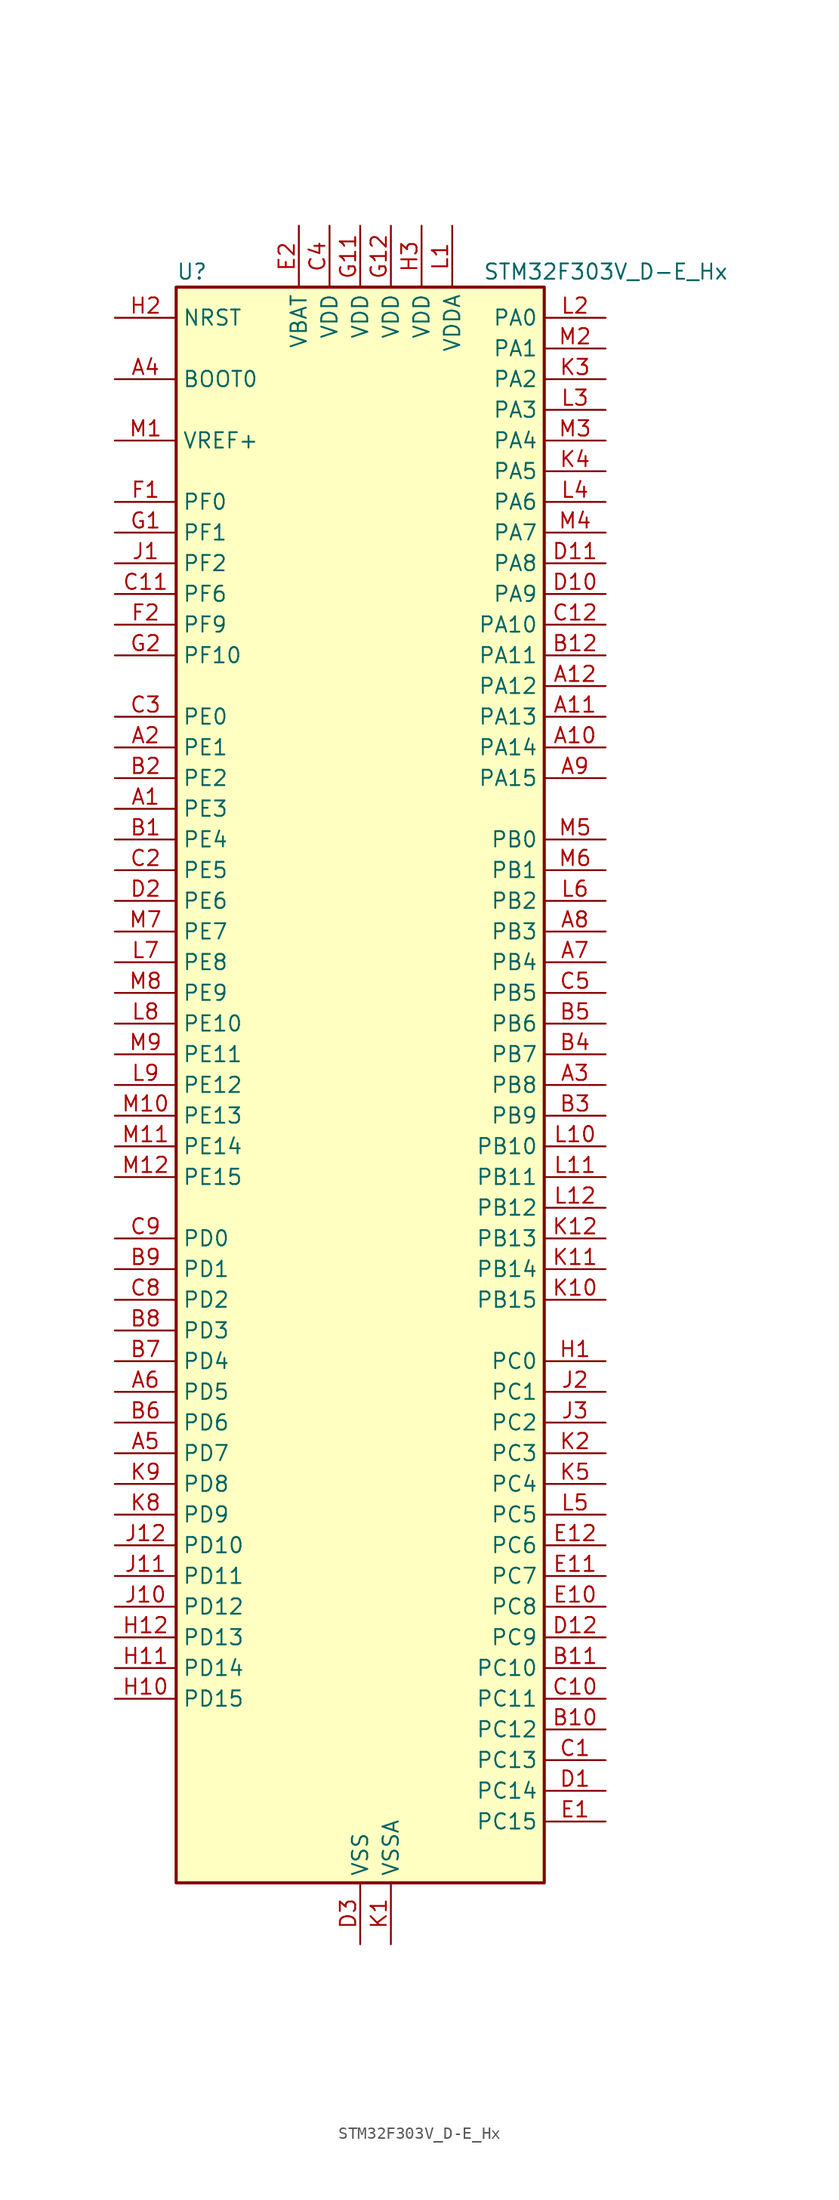
<source format=kicad_sym>
(kicad_symbol_lib
  (version 20231120)
  (generator "kicad_symbol_editor")
  (generator_version "8.0")
  (symbol "STM32F303V_D-E_Hx"
    (property "Reference" "U"
      (at -15.24 67.31 0)
      (effects (font (size 1.27 1.27)) (justify left)))
    (property "Value" "STM32F303V_D-E_Hx"
      (at 10.16 67.31 0)
      (effects (font (size 1.27 1.27)) (justify left)))
    (property "ki_locked" ""
      (at 0 0 0)
      (effects (font (size 1.27 1.27))))
    (symbol "STM32F303V_D-E_Hx_0_1"
      (rectangle (start -15.24 -66.04) (end 15.24 66.04) (stroke (width 0.254) (type default)) (fill (type background))))
    (symbol "STM32F303V_D-E_Hx_1_1"
      (pin bidirectional line (at -20.32 22.86 0) (length 5.08) (name "PE3" (effects (font (size 1.27 1.27)))) (number "A1" (effects (font (size 1.27 1.27)))) (alternate "FMC_A19" bidirectional line) (alternate "SPI4_NSS" bidirectional line) (alternate "SYS_TRACED0" bidirectional line) (alternate "TIM20_CH2" bidirectional line) (alternate "TIM3_CH2" bidirectional line) (alternate "TSC_G7_IO2" bidirectional line))
      (pin bidirectional line (at 20.32 27.94 180) (length 5.08) (name "PA14" (effects (font (size 1.27 1.27)))) (number "A10" (effects (font (size 1.27 1.27)))) (alternate "I2C1_SDA" bidirectional line) (alternate "SYS_JTCK-SWCLK" bidirectional line) (alternate "TIM1_BKIN" bidirectional line) (alternate "TIM8_CH2" bidirectional line) (alternate "TSC_G4_IO4" bidirectional line) (alternate "USART2_TX" bidirectional line))
      (pin bidirectional line (at 20.32 30.48 180) (length 5.08) (name "PA13" (effects (font (size 1.27 1.27)))) (number "A11" (effects (font (size 1.27 1.27)))) (alternate "IR_OUT" bidirectional line) (alternate "SYS_JTMS-SWDIO" bidirectional line) (alternate "TIM16_CH1N" bidirectional line) (alternate "TIM4_CH3" bidirectional line) (alternate "TSC_G4_IO3" bidirectional line) (alternate "USART3_CTS" bidirectional line))
      (pin bidirectional line (at 20.32 33.02 180) (length 5.08) (name "PA12" (effects (font (size 1.27 1.27)))) (number "A12" (effects (font (size 1.27 1.27)))) (alternate "CAN_TX" bidirectional line) (alternate "COMP2_OUT" bidirectional line) (alternate "I2S_CKIN" bidirectional line) (alternate "TIM16_CH1" bidirectional line) (alternate "TIM1_CH2N" bidirectional line) (alternate "TIM1_ETR" bidirectional line) (alternate "TIM4_CH2" bidirectional line) (alternate "USART1_DE" bidirectional line) (alternate "USART1_RTS" bidirectional line) (alternate "USB_DP" bidirectional line))
      (pin bidirectional line (at -20.32 27.94 0) (length 5.08) (name "PE1" (effects (font (size 1.27 1.27)))) (number "A2" (effects (font (size 1.27 1.27)))) (alternate "FMC_NBL1" bidirectional line) (alternate "TIM17_CH1" bidirectional line) (alternate "TIM20_CH4" bidirectional line) (alternate "USART1_RX" bidirectional line))
      (pin bidirectional line (at 20.32 0 180) (length 5.08) (name "PB8" (effects (font (size 1.27 1.27)))) (number "A3" (effects (font (size 1.27 1.27)))) (alternate "CAN_RX" bidirectional line) (alternate "COMP1_OUT" bidirectional line) (alternate "I2C1_SCL" bidirectional line) (alternate "TIM16_CH1" bidirectional line) (alternate "TIM1_BKIN" bidirectional line) (alternate "TIM4_CH3" bidirectional line) (alternate "TIM8_CH2" bidirectional line) (alternate "TSC_SYNC" bidirectional line) (alternate "USART3_RX" bidirectional line))
      (pin input line (at -20.32 58.42 0) (length 5.08) (name "BOOT0" (effects (font (size 1.27 1.27)))) (number "A4" (effects (font (size 1.27 1.27)))))
      (pin bidirectional line (at -20.32 -30.48 0) (length 5.08) (name "PD7" (effects (font (size 1.27 1.27)))) (number "A5" (effects (font (size 1.27 1.27)))) (alternate "FMC_NCE2" bidirectional line) (alternate "FMC_NE1" bidirectional line) (alternate "TIM2_CH3" bidirectional line) (alternate "USART2_CK" bidirectional line))
      (pin bidirectional line (at -20.32 -25.4 0) (length 5.08) (name "PD5" (effects (font (size 1.27 1.27)))) (number "A6" (effects (font (size 1.27 1.27)))) (alternate "FMC_NWE" bidirectional line) (alternate "USART2_TX" bidirectional line))
      (pin bidirectional line (at 20.32 10.16 180) (length 5.08) (name "PB4" (effects (font (size 1.27 1.27)))) (number "A7" (effects (font (size 1.27 1.27)))) (alternate "I2S3_ext_SD" bidirectional line) (alternate "SPI1_MISO" bidirectional line) (alternate "SPI3_MISO" bidirectional line) (alternate "SYS_NJTRST" bidirectional line) (alternate "TIM16_CH1" bidirectional line) (alternate "TIM17_BKIN" bidirectional line) (alternate "TIM3_CH1" bidirectional line) (alternate "TIM8_CH2N" bidirectional line) (alternate "TSC_G5_IO2" bidirectional line) (alternate "USART2_RX" bidirectional line))
      (pin bidirectional line (at 20.32 12.7 180) (length 5.08) (name "PB3" (effects (font (size 1.27 1.27)))) (number "A8" (effects (font (size 1.27 1.27)))) (alternate "I2S3_CK" bidirectional line) (alternate "SPI1_SCK" bidirectional line) (alternate "SPI3_SCK" bidirectional line) (alternate "SYS_JTDO-TRACESWO" bidirectional line) (alternate "TIM2_CH2" bidirectional line) (alternate "TIM3_ETR" bidirectional line) (alternate "TIM4_ETR" bidirectional line) (alternate "TIM8_CH1N" bidirectional line) (alternate "TSC_G5_IO1" bidirectional line) (alternate "USART2_TX" bidirectional line))
      (pin bidirectional line (at 20.32 25.4 180) (length 5.08) (name "PA15" (effects (font (size 1.27 1.27)))) (number "A9" (effects (font (size 1.27 1.27)))) (alternate "ADC1_EXTI15" bidirectional line) (alternate "ADC2_EXTI15" bidirectional line) (alternate "ADC3_EXTI15" bidirectional line) (alternate "ADC4_EXTI15" bidirectional line) (alternate "I2C1_SCL" bidirectional line) (alternate "I2S3_WS" bidirectional line) (alternate "SPI1_NSS" bidirectional line) (alternate "SPI3_NSS" bidirectional line) (alternate "SYS_JTDI" bidirectional line) (alternate "TIM1_BKIN" bidirectional line) (alternate "TIM2_CH1" bidirectional line) (alternate "TIM2_ETR" bidirectional line) (alternate "TIM8_CH1" bidirectional line) (alternate "TSC_SYNC" bidirectional line) (alternate "USART2_RX" bidirectional line))
      (pin bidirectional line (at -20.32 20.32 0) (length 5.08) (name "PE4" (effects (font (size 1.27 1.27)))) (number "B1" (effects (font (size 1.27 1.27)))) (alternate "FMC_A20" bidirectional line) (alternate "SPI4_NSS" bidirectional line) (alternate "SYS_TRACED1" bidirectional line) (alternate "TIM20_CH1N" bidirectional line) (alternate "TIM3_CH3" bidirectional line) (alternate "TSC_G7_IO3" bidirectional line))
      (pin bidirectional line (at 20.32 -53.34 180) (length 5.08) (name "PC12" (effects (font (size 1.27 1.27)))) (number "B10" (effects (font (size 1.27 1.27)))) (alternate "I2S3_SD" bidirectional line) (alternate "SPI3_MOSI" bidirectional line) (alternate "TIM8_CH3N" bidirectional line) (alternate "UART5_TX" bidirectional line) (alternate "USART3_CK" bidirectional line))
      (pin bidirectional line (at 20.32 -48.26 180) (length 5.08) (name "PC10" (effects (font (size 1.27 1.27)))) (number "B11" (effects (font (size 1.27 1.27)))) (alternate "I2S3_CK" bidirectional line) (alternate "SPI3_SCK" bidirectional line) (alternate "TIM8_CH1N" bidirectional line) (alternate "UART4_TX" bidirectional line) (alternate "USART3_TX" bidirectional line))
      (pin bidirectional line (at 20.32 35.56 180) (length 5.08) (name "PA11" (effects (font (size 1.27 1.27)))) (number "B12" (effects (font (size 1.27 1.27)))) (alternate "ADC1_EXTI11" bidirectional line) (alternate "ADC2_EXTI11" bidirectional line) (alternate "CAN_RX" bidirectional line) (alternate "COMP1_OUT" bidirectional line) (alternate "I2S2_SD" bidirectional line) (alternate "SPI2_MOSI" bidirectional line) (alternate "TIM1_BKIN2" bidirectional line) (alternate "TIM1_CH1N" bidirectional line) (alternate "TIM1_CH4" bidirectional line) (alternate "TIM4_CH1" bidirectional line) (alternate "USART1_CTS" bidirectional line) (alternate "USB_DM" bidirectional line))
      (pin bidirectional line (at -20.32 25.4 0) (length 5.08) (name "PE2" (effects (font (size 1.27 1.27)))) (number "B2" (effects (font (size 1.27 1.27)))) (alternate "ADC3_EXTI2" bidirectional line) (alternate "ADC4_EXTI2" bidirectional line) (alternate "FMC_A23" bidirectional line) (alternate "SPI4_SCK" bidirectional line) (alternate "SYS_TRACECK" bidirectional line) (alternate "TIM20_CH1" bidirectional line) (alternate "TIM3_CH1" bidirectional line) (alternate "TSC_G7_IO1" bidirectional line))
      (pin bidirectional line (at 20.32 -2.54 180) (length 5.08) (name "PB9" (effects (font (size 1.27 1.27)))) (number "B3" (effects (font (size 1.27 1.27)))) (alternate "CAN_TX" bidirectional line) (alternate "COMP2_OUT" bidirectional line) (alternate "DAC1_EXTI9" bidirectional line) (alternate "I2C1_SDA" bidirectional line) (alternate "IR_OUT" bidirectional line) (alternate "TIM17_CH1" bidirectional line) (alternate "TIM4_CH4" bidirectional line) (alternate "TIM8_CH3" bidirectional line) (alternate "USART3_TX" bidirectional line))
      (pin bidirectional line (at 20.32 2.54 180) (length 5.08) (name "PB7" (effects (font (size 1.27 1.27)))) (number "B4" (effects (font (size 1.27 1.27)))) (alternate "FMC_NL" bidirectional line) (alternate "I2C1_SDA" bidirectional line) (alternate "TIM17_CH1N" bidirectional line) (alternate "TIM3_CH4" bidirectional line) (alternate "TIM4_CH2" bidirectional line) (alternate "TIM8_BKIN" bidirectional line) (alternate "TSC_G5_IO4" bidirectional line) (alternate "USART1_RX" bidirectional line))
      (pin bidirectional line (at 20.32 5.08 180) (length 5.08) (name "PB6" (effects (font (size 1.27 1.27)))) (number "B5" (effects (font (size 1.27 1.27)))) (alternate "I2C1_SCL" bidirectional line) (alternate "TIM16_CH1N" bidirectional line) (alternate "TIM4_CH1" bidirectional line) (alternate "TIM8_BKIN2" bidirectional line) (alternate "TIM8_CH1" bidirectional line) (alternate "TIM8_ETR" bidirectional line) (alternate "TSC_G5_IO3" bidirectional line) (alternate "USART1_TX" bidirectional line))
      (pin bidirectional line (at -20.32 -27.94 0) (length 5.08) (name "PD6" (effects (font (size 1.27 1.27)))) (number "B6" (effects (font (size 1.27 1.27)))) (alternate "FMC_NWAIT" bidirectional line) (alternate "TIM2_CH4" bidirectional line) (alternate "USART2_RX" bidirectional line))
      (pin bidirectional line (at -20.32 -22.86 0) (length 5.08) (name "PD4" (effects (font (size 1.27 1.27)))) (number "B7" (effects (font (size 1.27 1.27)))) (alternate "FMC_NOE" bidirectional line) (alternate "TIM2_CH2" bidirectional line) (alternate "USART2_DE" bidirectional line) (alternate "USART2_RTS" bidirectional line))
      (pin bidirectional line (at -20.32 -20.32 0) (length 5.08) (name "PD3" (effects (font (size 1.27 1.27)))) (number "B8" (effects (font (size 1.27 1.27)))) (alternate "FMC_CLK" bidirectional line) (alternate "TIM2_CH1" bidirectional line) (alternate "TIM2_ETR" bidirectional line) (alternate "USART2_CTS" bidirectional line))
      (pin bidirectional line (at -20.32 -15.24 0) (length 5.08) (name "PD1" (effects (font (size 1.27 1.27)))) (number "B9" (effects (font (size 1.27 1.27)))) (alternate "CAN_TX" bidirectional line) (alternate "FMC_D3" bidirectional line) (alternate "FMC_DA3" bidirectional line) (alternate "TIM8_BKIN2" bidirectional line) (alternate "TIM8_CH4" bidirectional line))
      (pin bidirectional line (at 20.32 -55.88 180) (length 5.08) (name "PC13" (effects (font (size 1.27 1.27)))) (number "C1" (effects (font (size 1.27 1.27)))) (alternate "RTC_OUT_ALARM" bidirectional line) (alternate "RTC_OUT_CALIB" bidirectional line) (alternate "RTC_TAMP1" bidirectional line) (alternate "RTC_TS" bidirectional line) (alternate "SYS_WKUP2" bidirectional line) (alternate "TIM1_CH1N" bidirectional line))
      (pin bidirectional line (at 20.32 -50.8 180) (length 5.08) (name "PC11" (effects (font (size 1.27 1.27)))) (number "C10" (effects (font (size 1.27 1.27)))) (alternate "ADC1_EXTI11" bidirectional line) (alternate "ADC2_EXTI11" bidirectional line) (alternate "I2S3_ext_SD" bidirectional line) (alternate "SPI3_MISO" bidirectional line) (alternate "TIM8_CH2N" bidirectional line) (alternate "UART4_RX" bidirectional line) (alternate "USART3_RX" bidirectional line))
      (pin bidirectional line (at -20.32 40.64 0) (length 5.08) (name "PF6" (effects (font (size 1.27 1.27)))) (number "C11" (effects (font (size 1.27 1.27)))) (alternate "FMC_NIORD" bidirectional line) (alternate "I2C2_SCL" bidirectional line) (alternate "TIM4_CH4" bidirectional line) (alternate "USART3_DE" bidirectional line) (alternate "USART3_RTS" bidirectional line))
      (pin bidirectional line (at 20.32 38.1 180) (length 5.08) (name "PA10" (effects (font (size 1.27 1.27)))) (number "C12" (effects (font (size 1.27 1.27)))) (alternate "COMP6_OUT" bidirectional line) (alternate "I2C2_SDA" bidirectional line) (alternate "I2S2_ext_SD" bidirectional line) (alternate "SPI2_MISO" bidirectional line) (alternate "TIM17_BKIN" bidirectional line) (alternate "TIM1_CH3" bidirectional line) (alternate "TIM2_CH4" bidirectional line) (alternate "TIM8_BKIN" bidirectional line) (alternate "TSC_G4_IO2" bidirectional line) (alternate "USART1_RX" bidirectional line))
      (pin bidirectional line (at -20.32 17.78 0) (length 5.08) (name "PE5" (effects (font (size 1.27 1.27)))) (number "C2" (effects (font (size 1.27 1.27)))) (alternate "FMC_A21" bidirectional line) (alternate "SPI4_MISO" bidirectional line) (alternate "SYS_TRACED2" bidirectional line) (alternate "TIM20_CH2N" bidirectional line) (alternate "TIM3_CH4" bidirectional line) (alternate "TSC_G7_IO4" bidirectional line))
      (pin bidirectional line (at -20.32 30.48 0) (length 5.08) (name "PE0" (effects (font (size 1.27 1.27)))) (number "C3" (effects (font (size 1.27 1.27)))) (alternate "FMC_NBL0" bidirectional line) (alternate "TIM16_CH1" bidirectional line) (alternate "TIM20_ETR" bidirectional line) (alternate "TIM4_ETR" bidirectional line) (alternate "USART1_TX" bidirectional line))
      (pin power_in line (at -2.54 71.12 270) (length 5.08) (name "VDD" (effects (font (size 1.27 1.27)))) (number "C4" (effects (font (size 1.27 1.27)))))
      (pin bidirectional line (at 20.32 7.62 180) (length 5.08) (name "PB5" (effects (font (size 1.27 1.27)))) (number "C5" (effects (font (size 1.27 1.27)))) (alternate "I2C1_SMBA" bidirectional line) (alternate "I2C3_SDA" bidirectional line) (alternate "I2S3_SD" bidirectional line) (alternate "SPI1_MOSI" bidirectional line) (alternate "SPI3_MOSI" bidirectional line) (alternate "TIM16_BKIN" bidirectional line) (alternate "TIM17_CH1" bidirectional line) (alternate "TIM3_CH2" bidirectional line) (alternate "TIM8_CH3N" bidirectional line) (alternate "USART2_CK" bidirectional line))
      (pin bidirectional line (at -20.32 -17.78 0) (length 5.08) (name "PD2" (effects (font (size 1.27 1.27)))) (number "C8" (effects (font (size 1.27 1.27)))) (alternate "ADC3_EXTI2" bidirectional line) (alternate "ADC4_EXTI2" bidirectional line) (alternate "TIM3_ETR" bidirectional line) (alternate "TIM8_BKIN" bidirectional line) (alternate "UART5_RX" bidirectional line))
      (pin bidirectional line (at -20.32 -12.7 0) (length 5.08) (name "PD0" (effects (font (size 1.27 1.27)))) (number "C9" (effects (font (size 1.27 1.27)))) (alternate "CAN_RX" bidirectional line) (alternate "FMC_D2" bidirectional line) (alternate "FMC_DA2" bidirectional line))
      (pin bidirectional line (at 20.32 -58.42 180) (length 5.08) (name "PC14" (effects (font (size 1.27 1.27)))) (number "D1" (effects (font (size 1.27 1.27)))) (alternate "RCC_OSC32_IN" bidirectional line))
      (pin bidirectional line (at 20.32 40.64 180) (length 5.08) (name "PA9" (effects (font (size 1.27 1.27)))) (number "D10" (effects (font (size 1.27 1.27)))) (alternate "COMP5_OUT" bidirectional line) (alternate "DAC1_EXTI9" bidirectional line) (alternate "I2C2_SCL" bidirectional line) (alternate "I2C3_SMBA" bidirectional line) (alternate "I2S3_MCK" bidirectional line) (alternate "TIM15_BKIN" bidirectional line) (alternate "TIM1_CH2" bidirectional line) (alternate "TIM2_CH3" bidirectional line) (alternate "TSC_G4_IO1" bidirectional line) (alternate "USART1_TX" bidirectional line))
      (pin bidirectional line (at 20.32 43.18 180) (length 5.08) (name "PA8" (effects (font (size 1.27 1.27)))) (number "D11" (effects (font (size 1.27 1.27)))) (alternate "COMP3_OUT" bidirectional line) (alternate "I2C2_SMBA" bidirectional line) (alternate "I2C3_SCL" bidirectional line) (alternate "I2S2_MCK" bidirectional line) (alternate "RCC_MCO" bidirectional line) (alternate "TIM1_CH1" bidirectional line) (alternate "TIM4_ETR" bidirectional line) (alternate "USART1_CK" bidirectional line))
      (pin bidirectional line (at 20.32 -45.72 180) (length 5.08) (name "PC9" (effects (font (size 1.27 1.27)))) (number "D12" (effects (font (size 1.27 1.27)))) (alternate "DAC1_EXTI9" bidirectional line) (alternate "I2C3_SDA" bidirectional line) (alternate "I2S_CKIN" bidirectional line) (alternate "TIM3_CH4" bidirectional line) (alternate "TIM8_BKIN2" bidirectional line) (alternate "TIM8_CH4" bidirectional line))
      (pin bidirectional line (at -20.32 15.24 0) (length 5.08) (name "PE6" (effects (font (size 1.27 1.27)))) (number "D2" (effects (font (size 1.27 1.27)))) (alternate "FMC_A22" bidirectional line) (alternate "RTC_TAMP3" bidirectional line) (alternate "SPI4_MOSI" bidirectional line) (alternate "SYS_TRACED3" bidirectional line) (alternate "SYS_WKUP3" bidirectional line) (alternate "TIM20_CH3N" bidirectional line))
      (pin power_in line (at 0 -71.12 90) (length 5.08) (name "VSS" (effects (font (size 1.27 1.27)))) (number "D3" (effects (font (size 1.27 1.27)))))
      (pin bidirectional line (at 20.32 -60.96 180) (length 5.08) (name "PC15" (effects (font (size 1.27 1.27)))) (number "E1" (effects (font (size 1.27 1.27)))) (alternate "ADC1_EXTI15" bidirectional line) (alternate "ADC2_EXTI15" bidirectional line) (alternate "ADC3_EXTI15" bidirectional line) (alternate "ADC4_EXTI15" bidirectional line) (alternate "RCC_OSC32_OUT" bidirectional line))
      (pin bidirectional line (at 20.32 -43.18 180) (length 5.08) (name "PC8" (effects (font (size 1.27 1.27)))) (number "E10" (effects (font (size 1.27 1.27)))) (alternate "COMP3_OUT" bidirectional line) (alternate "TIM3_CH3" bidirectional line) (alternate "TIM8_CH3" bidirectional line))
      (pin bidirectional line (at 20.32 -40.64 180) (length 5.08) (name "PC7" (effects (font (size 1.27 1.27)))) (number "E11" (effects (font (size 1.27 1.27)))) (alternate "COMP5_OUT" bidirectional line) (alternate "I2S3_MCK" bidirectional line) (alternate "TIM3_CH2" bidirectional line) (alternate "TIM8_CH2" bidirectional line))
      (pin bidirectional line (at 20.32 -38.1 180) (length 5.08) (name "PC6" (effects (font (size 1.27 1.27)))) (number "E12" (effects (font (size 1.27 1.27)))) (alternate "COMP6_OUT" bidirectional line) (alternate "I2S2_MCK" bidirectional line) (alternate "TIM3_CH1" bidirectional line) (alternate "TIM8_CH1" bidirectional line))
      (pin power_in line (at -5.08 71.12 270) (length 5.08) (name "VBAT" (effects (font (size 1.27 1.27)))) (number "E2" (effects (font (size 1.27 1.27)))))
      (pin passive line (at 0 -71.12 90) (length 5.08) hide (name "VSS" (effects (font (size 1.27 1.27)))) (number "E3" (effects (font (size 1.27 1.27)))))
      (pin bidirectional line (at -20.32 48.26 0) (length 5.08) (name "PF0" (effects (font (size 1.27 1.27)))) (number "F1" (effects (font (size 1.27 1.27)))) (alternate "I2C2_SDA" bidirectional line) (alternate "I2S2_WS" bidirectional line) (alternate "RCC_OSC_IN" bidirectional line) (alternate "SPI2_NSS" bidirectional line) (alternate "TIM1_CH3N" bidirectional line))
      (pin passive line (at 0 -71.12 90) (length 5.08) hide (name "VSS" (effects (font (size 1.27 1.27)))) (number "F11" (effects (font (size 1.27 1.27)))))
      (pin passive line (at 0 -71.12 90) (length 5.08) hide (name "VSS" (effects (font (size 1.27 1.27)))) (number "F12" (effects (font (size 1.27 1.27)))))
      (pin bidirectional line (at -20.32 38.1 0) (length 5.08) (name "PF9" (effects (font (size 1.27 1.27)))) (number "F2" (effects (font (size 1.27 1.27)))) (alternate "DAC1_EXTI9" bidirectional line) (alternate "FMC_CD" bidirectional line) (alternate "SPI2_SCK" bidirectional line) (alternate "TIM15_CH1" bidirectional line) (alternate "TIM20_BKIN" bidirectional line))
      (pin bidirectional line (at -20.32 45.72 0) (length 5.08) (name "PF1" (effects (font (size 1.27 1.27)))) (number "G1" (effects (font (size 1.27 1.27)))) (alternate "I2C2_SCL" bidirectional line) (alternate "I2S2_CK" bidirectional line) (alternate "RCC_OSC_OUT" bidirectional line) (alternate "SPI2_SCK" bidirectional line))
      (pin power_in line (at 0 71.12 270) (length 5.08) (name "VDD" (effects (font (size 1.27 1.27)))) (number "G11" (effects (font (size 1.27 1.27)))))
      (pin power_in line (at 2.54 71.12 270) (length 5.08) (name "VDD" (effects (font (size 1.27 1.27)))) (number "G12" (effects (font (size 1.27 1.27)))))
      (pin bidirectional line (at -20.32 35.56 0) (length 5.08) (name "PF10" (effects (font (size 1.27 1.27)))) (number "G2" (effects (font (size 1.27 1.27)))) (alternate "FMC_INTR" bidirectional line) (alternate "SPI2_SCK" bidirectional line) (alternate "TIM15_CH2" bidirectional line) (alternate "TIM20_BKIN2" bidirectional line))
      (pin bidirectional line (at 20.32 -22.86 180) (length 5.08) (name "PC0" (effects (font (size 1.27 1.27)))) (number "H1" (effects (font (size 1.27 1.27)))) (alternate "ADC1_IN6" bidirectional line) (alternate "ADC2_IN6" bidirectional line) (alternate "COMP7_INM" bidirectional line) (alternate "TIM1_CH1" bidirectional line))
      (pin bidirectional line (at -20.32 -50.8 0) (length 5.08) (name "PD15" (effects (font (size 1.27 1.27)))) (number "H10" (effects (font (size 1.27 1.27)))) (alternate "ADC1_EXTI15" bidirectional line) (alternate "ADC2_EXTI15" bidirectional line) (alternate "ADC3_EXTI15" bidirectional line) (alternate "ADC4_EXTI15" bidirectional line) (alternate "COMP3_INM" bidirectional line) (alternate "FMC_D1" bidirectional line) (alternate "FMC_DA1" bidirectional line) (alternate "SPI2_NSS" bidirectional line) (alternate "TIM4_CH4" bidirectional line) (alternate "TSC_G8_IO4" bidirectional line))
      (pin bidirectional line (at -20.32 -48.26 0) (length 5.08) (name "PD14" (effects (font (size 1.27 1.27)))) (number "H11" (effects (font (size 1.27 1.27)))) (alternate "ADC3_IN11" bidirectional line) (alternate "ADC4_IN11" bidirectional line) (alternate "FMC_D0" bidirectional line) (alternate "FMC_DA0" bidirectional line) (alternate "OPAMP2_VINP" bidirectional line) (alternate "OPAMP2_VINP_SEC" bidirectional line) (alternate "TIM4_CH3" bidirectional line) (alternate "TSC_G8_IO3" bidirectional line))
      (pin bidirectional line (at -20.32 -45.72 0) (length 5.08) (name "PD13" (effects (font (size 1.27 1.27)))) (number "H12" (effects (font (size 1.27 1.27)))) (alternate "ADC3_IN10" bidirectional line) (alternate "ADC4_IN10" bidirectional line) (alternate "COMP5_INM" bidirectional line) (alternate "FMC_A18" bidirectional line) (alternate "TIM4_CH2" bidirectional line) (alternate "TSC_G8_IO2" bidirectional line))
      (pin input line (at -20.32 63.5 0) (length 5.08) (name "NRST" (effects (font (size 1.27 1.27)))) (number "H2" (effects (font (size 1.27 1.27)))))
      (pin power_in line (at 5.08 71.12 270) (length 5.08) (name "VDD" (effects (font (size 1.27 1.27)))) (number "H3" (effects (font (size 1.27 1.27)))))
      (pin bidirectional line (at -20.32 43.18 0) (length 5.08) (name "PF2" (effects (font (size 1.27 1.27)))) (number "J1" (effects (font (size 1.27 1.27)))) (alternate "ADC1_IN10" bidirectional line) (alternate "ADC2_IN10" bidirectional line) (alternate "ADC3_EXTI2" bidirectional line) (alternate "ADC4_EXTI2" bidirectional line) (alternate "FMC_A2" bidirectional line) (alternate "TIM20_CH3" bidirectional line))
      (pin bidirectional line (at -20.32 -43.18 0) (length 5.08) (name "PD12" (effects (font (size 1.27 1.27)))) (number "J10" (effects (font (size 1.27 1.27)))) (alternate "ADC3_IN9" bidirectional line) (alternate "ADC4_IN9" bidirectional line) (alternate "FMC_A17" bidirectional line) (alternate "FMC_ALE" bidirectional line) (alternate "TIM4_CH1" bidirectional line) (alternate "TSC_G8_IO1" bidirectional line) (alternate "USART3_DE" bidirectional line) (alternate "USART3_RTS" bidirectional line))
      (pin bidirectional line (at -20.32 -40.64 0) (length 5.08) (name "PD11" (effects (font (size 1.27 1.27)))) (number "J11" (effects (font (size 1.27 1.27)))) (alternate "ADC1_EXTI11" bidirectional line) (alternate "ADC2_EXTI11" bidirectional line) (alternate "ADC3_IN8" bidirectional line) (alternate "ADC4_IN8" bidirectional line) (alternate "FMC_A16" bidirectional line) (alternate "FMC_CLE" bidirectional line) (alternate "OPAMP4_VINP" bidirectional line) (alternate "OPAMP4_VINP_SEC" bidirectional line) (alternate "USART3_CTS" bidirectional line))
      (pin bidirectional line (at -20.32 -38.1 0) (length 5.08) (name "PD10" (effects (font (size 1.27 1.27)))) (number "J12" (effects (font (size 1.27 1.27)))) (alternate "ADC3_IN7" bidirectional line) (alternate "ADC4_IN7" bidirectional line) (alternate "COMP6_INM" bidirectional line) (alternate "FMC_D15" bidirectional line) (alternate "FMC_DA15" bidirectional line) (alternate "USART3_CK" bidirectional line))
      (pin bidirectional line (at 20.32 -25.4 180) (length 5.08) (name "PC1" (effects (font (size 1.27 1.27)))) (number "J2" (effects (font (size 1.27 1.27)))) (alternate "ADC1_IN7" bidirectional line) (alternate "ADC2_IN7" bidirectional line) (alternate "COMP7_INP" bidirectional line) (alternate "TIM1_CH2" bidirectional line))
      (pin bidirectional line (at 20.32 -27.94 180) (length 5.08) (name "PC2" (effects (font (size 1.27 1.27)))) (number "J3" (effects (font (size 1.27 1.27)))) (alternate "ADC1_IN8" bidirectional line) (alternate "ADC2_IN8" bidirectional line) (alternate "ADC3_EXTI2" bidirectional line) (alternate "ADC4_EXTI2" bidirectional line) (alternate "COMP7_OUT" bidirectional line) (alternate "TIM1_CH3" bidirectional line))
      (pin power_in line (at 2.54 -71.12 90) (length 5.08) (name "VSSA" (effects (font (size 1.27 1.27)))) (number "K1" (effects (font (size 1.27 1.27)))))
      (pin bidirectional line (at 20.32 -17.78 180) (length 5.08) (name "PB15" (effects (font (size 1.27 1.27)))) (number "K10" (effects (font (size 1.27 1.27)))) (alternate "ADC1_EXTI15" bidirectional line) (alternate "ADC2_EXTI15" bidirectional line) (alternate "ADC3_EXTI15" bidirectional line) (alternate "ADC4_EXTI15" bidirectional line) (alternate "ADC4_IN5" bidirectional line) (alternate "COMP6_INM" bidirectional line) (alternate "I2S2_SD" bidirectional line) (alternate "RTC_REFIN" bidirectional line) (alternate "SPI2_MOSI" bidirectional line) (alternate "TIM15_CH1N" bidirectional line) (alternate "TIM15_CH2" bidirectional line) (alternate "TIM1_CH3N" bidirectional line))
      (pin bidirectional line (at 20.32 -15.24 180) (length 5.08) (name "PB14" (effects (font (size 1.27 1.27)))) (number "K11" (effects (font (size 1.27 1.27)))) (alternate "ADC4_IN4" bidirectional line) (alternate "COMP3_INP" bidirectional line) (alternate "I2S2_ext_SD" bidirectional line) (alternate "OPAMP2_VINP" bidirectional line) (alternate "OPAMP2_VINP_SEC" bidirectional line) (alternate "SPI2_MISO" bidirectional line) (alternate "TIM15_CH1" bidirectional line) (alternate "TIM1_CH2N" bidirectional line) (alternate "TSC_G6_IO4" bidirectional line) (alternate "USART3_DE" bidirectional line) (alternate "USART3_RTS" bidirectional line))
      (pin bidirectional line (at 20.32 -12.7 180) (length 5.08) (name "PB13" (effects (font (size 1.27 1.27)))) (number "K12" (effects (font (size 1.27 1.27)))) (alternate "ADC3_IN5" bidirectional line) (alternate "COMP5_INP" bidirectional line) (alternate "I2S2_CK" bidirectional line) (alternate "OPAMP3_VINP" bidirectional line) (alternate "OPAMP3_VINP_SEC" bidirectional line) (alternate "OPAMP4_VINP" bidirectional line) (alternate "OPAMP4_VINP_SEC" bidirectional line) (alternate "SPI2_SCK" bidirectional line) (alternate "TIM1_CH1N" bidirectional line) (alternate "TSC_G6_IO3" bidirectional line) (alternate "USART3_CTS" bidirectional line))
      (pin bidirectional line (at 20.32 -30.48 180) (length 5.08) (name "PC3" (effects (font (size 1.27 1.27)))) (number "K2" (effects (font (size 1.27 1.27)))) (alternate "ADC1_IN9" bidirectional line) (alternate "ADC2_IN9" bidirectional line) (alternate "TIM1_BKIN2" bidirectional line) (alternate "TIM1_CH4" bidirectional line))
      (pin bidirectional line (at 20.32 58.42 180) (length 5.08) (name "PA2" (effects (font (size 1.27 1.27)))) (number "K3" (effects (font (size 1.27 1.27)))) (alternate "ADC1_IN3" bidirectional line) (alternate "ADC3_EXTI2" bidirectional line) (alternate "ADC4_EXTI2" bidirectional line) (alternate "COMP2_INM" bidirectional line) (alternate "COMP2_OUT" bidirectional line) (alternate "OPAMP1_VOUT" bidirectional line) (alternate "TIM15_CH1" bidirectional line) (alternate "TIM2_CH3" bidirectional line) (alternate "TSC_G1_IO3" bidirectional line) (alternate "USART2_TX" bidirectional line))
      (pin bidirectional line (at 20.32 50.8 180) (length 5.08) (name "PA5" (effects (font (size 1.27 1.27)))) (number "K4" (effects (font (size 1.27 1.27)))) (alternate "ADC2_IN2" bidirectional line) (alternate "COMP1_INM" bidirectional line) (alternate "COMP2_INM" bidirectional line) (alternate "COMP3_INM" bidirectional line) (alternate "COMP4_INM" bidirectional line) (alternate "COMP5_INM" bidirectional line) (alternate "COMP6_INM" bidirectional line) (alternate "COMP7_INM" bidirectional line) (alternate "DAC1_OUT2" bidirectional line) (alternate "OPAMP1_VINP" bidirectional line) (alternate "OPAMP1_VINP_SEC" bidirectional line) (alternate "OPAMP2_VINM" bidirectional line) (alternate "OPAMP2_VINM_SEC" bidirectional line) (alternate "OPAMP3_VINP" bidirectional line) (alternate "OPAMP3_VINP_SEC" bidirectional line) (alternate "SPI1_SCK" bidirectional line) (alternate "TIM2_CH1" bidirectional line) (alternate "TIM2_ETR" bidirectional line) (alternate "TSC_G2_IO2" bidirectional line))
      (pin bidirectional line (at 20.32 -33.02 180) (length 5.08) (name "PC4" (effects (font (size 1.27 1.27)))) (number "K5" (effects (font (size 1.27 1.27)))) (alternate "ADC2_IN5" bidirectional line) (alternate "TIM1_ETR" bidirectional line) (alternate "USART1_TX" bidirectional line))
      (pin bidirectional line (at -20.32 -35.56 0) (length 5.08) (name "PD9" (effects (font (size 1.27 1.27)))) (number "K8" (effects (font (size 1.27 1.27)))) (alternate "ADC4_IN13" bidirectional line) (alternate "DAC1_EXTI9" bidirectional line) (alternate "FMC_D14" bidirectional line) (alternate "FMC_DA14" bidirectional line) (alternate "USART3_RX" bidirectional line))
      (pin bidirectional line (at -20.32 -33.02 0) (length 5.08) (name "PD8" (effects (font (size 1.27 1.27)))) (number "K9" (effects (font (size 1.27 1.27)))) (alternate "ADC4_IN12" bidirectional line) (alternate "FMC_D13" bidirectional line) (alternate "FMC_DA13" bidirectional line) (alternate "OPAMP4_VINM" bidirectional line) (alternate "OPAMP4_VINM_SEC" bidirectional line) (alternate "USART3_TX" bidirectional line))
      (pin power_in line (at 7.62 71.12 270) (length 5.08) (name "VDDA" (effects (font (size 1.27 1.27)))) (number "L1" (effects (font (size 1.27 1.27)))))
      (pin bidirectional line (at 20.32 -5.08 180) (length 5.08) (name "PB10" (effects (font (size 1.27 1.27)))) (number "L10" (effects (font (size 1.27 1.27)))) (alternate "COMP5_INM" bidirectional line) (alternate "OPAMP3_VINM" bidirectional line) (alternate "OPAMP3_VINM_SEC" bidirectional line) (alternate "OPAMP4_VINM" bidirectional line) (alternate "OPAMP4_VINM_SEC" bidirectional line) (alternate "TIM2_CH3" bidirectional line) (alternate "TSC_SYNC" bidirectional line) (alternate "USART3_TX" bidirectional line))
      (pin bidirectional line (at 20.32 -7.62 180) (length 5.08) (name "PB11" (effects (font (size 1.27 1.27)))) (number "L11" (effects (font (size 1.27 1.27)))) (alternate "ADC1_EXTI11" bidirectional line) (alternate "ADC1_IN14" bidirectional line) (alternate "ADC2_EXTI11" bidirectional line) (alternate "ADC2_IN14" bidirectional line) (alternate "COMP6_INP" bidirectional line) (alternate "OPAMP4_VINP" bidirectional line) (alternate "OPAMP4_VINP_SEC" bidirectional line) (alternate "TIM2_CH4" bidirectional line) (alternate "TSC_G6_IO1" bidirectional line) (alternate "USART3_RX" bidirectional line))
      (pin bidirectional line (at 20.32 -10.16 180) (length 5.08) (name "PB12" (effects (font (size 1.27 1.27)))) (number "L12" (effects (font (size 1.27 1.27)))) (alternate "ADC4_IN3" bidirectional line) (alternate "COMP3_INM" bidirectional line) (alternate "I2C2_SMBA" bidirectional line) (alternate "I2S2_WS" bidirectional line) (alternate "OPAMP4_VOUT" bidirectional line) (alternate "SPI2_NSS" bidirectional line) (alternate "TIM1_BKIN" bidirectional line) (alternate "TSC_G6_IO2" bidirectional line) (alternate "USART3_CK" bidirectional line))
      (pin bidirectional line (at 20.32 63.5 180) (length 5.08) (name "PA0" (effects (font (size 1.27 1.27)))) (number "L2" (effects (font (size 1.27 1.27)))) (alternate "ADC1_IN1" bidirectional line) (alternate "COMP1_INM" bidirectional line) (alternate "COMP1_OUT" bidirectional line) (alternate "RTC_TAMP2" bidirectional line) (alternate "SYS_WKUP1" bidirectional line) (alternate "TIM2_CH1" bidirectional line) (alternate "TIM2_ETR" bidirectional line) (alternate "TIM8_BKIN" bidirectional line) (alternate "TIM8_ETR" bidirectional line) (alternate "TSC_G1_IO1" bidirectional line) (alternate "USART2_CTS" bidirectional line))
      (pin bidirectional line (at 20.32 55.88 180) (length 5.08) (name "PA3" (effects (font (size 1.27 1.27)))) (number "L3" (effects (font (size 1.27 1.27)))) (alternate "ADC1_IN4" bidirectional line) (alternate "OPAMP1_VINM" bidirectional line) (alternate "OPAMP1_VINM_SEC" bidirectional line) (alternate "OPAMP1_VINP" bidirectional line) (alternate "OPAMP1_VINP_SEC" bidirectional line) (alternate "TIM15_CH2" bidirectional line) (alternate "TIM2_CH4" bidirectional line) (alternate "TSC_G1_IO4" bidirectional line) (alternate "USART2_RX" bidirectional line))
      (pin bidirectional line (at 20.32 48.26 180) (length 5.08) (name "PA6" (effects (font (size 1.27 1.27)))) (number "L4" (effects (font (size 1.27 1.27)))) (alternate "ADC2_IN3" bidirectional line) (alternate "COMP1_OUT" bidirectional line) (alternate "OPAMP2_VOUT" bidirectional line) (alternate "SPI1_MISO" bidirectional line) (alternate "TIM16_CH1" bidirectional line) (alternate "TIM1_BKIN" bidirectional line) (alternate "TIM3_CH1" bidirectional line) (alternate "TIM8_BKIN" bidirectional line) (alternate "TSC_G2_IO3" bidirectional line))
      (pin bidirectional line (at 20.32 -35.56 180) (length 5.08) (name "PC5" (effects (font (size 1.27 1.27)))) (number "L5" (effects (font (size 1.27 1.27)))) (alternate "ADC2_IN11" bidirectional line) (alternate "OPAMP1_VINM" bidirectional line) (alternate "OPAMP1_VINM_SEC" bidirectional line) (alternate "OPAMP2_VINM" bidirectional line) (alternate "OPAMP2_VINM_SEC" bidirectional line) (alternate "TIM15_BKIN" bidirectional line) (alternate "TSC_G3_IO1" bidirectional line) (alternate "USART1_RX" bidirectional line))
      (pin bidirectional line (at 20.32 15.24 180) (length 5.08) (name "PB2" (effects (font (size 1.27 1.27)))) (number "L6" (effects (font (size 1.27 1.27)))) (alternate "ADC2_IN12" bidirectional line) (alternate "ADC3_EXTI2" bidirectional line) (alternate "ADC4_EXTI2" bidirectional line) (alternate "COMP4_INM" bidirectional line) (alternate "OPAMP3_VINM" bidirectional line) (alternate "OPAMP3_VINM_SEC" bidirectional line) (alternate "TSC_G3_IO4" bidirectional line))
      (pin bidirectional line (at -20.32 10.16 0) (length 5.08) (name "PE8" (effects (font (size 1.27 1.27)))) (number "L7" (effects (font (size 1.27 1.27)))) (alternate "ADC3_IN6" bidirectional line) (alternate "ADC4_IN6" bidirectional line) (alternate "COMP4_INM" bidirectional line) (alternate "FMC_D5" bidirectional line) (alternate "FMC_DA5" bidirectional line) (alternate "TIM1_CH1N" bidirectional line))
      (pin bidirectional line (at -20.32 5.08 0) (length 5.08) (name "PE10" (effects (font (size 1.27 1.27)))) (number "L8" (effects (font (size 1.27 1.27)))) (alternate "ADC3_IN14" bidirectional line) (alternate "FMC_D7" bidirectional line) (alternate "FMC_DA7" bidirectional line) (alternate "TIM1_CH2N" bidirectional line))
      (pin bidirectional line (at -20.32 0 0) (length 5.08) (name "PE12" (effects (font (size 1.27 1.27)))) (number "L9" (effects (font (size 1.27 1.27)))) (alternate "ADC3_IN16" bidirectional line) (alternate "FMC_D9" bidirectional line) (alternate "FMC_DA9" bidirectional line) (alternate "SPI4_SCK" bidirectional line) (alternate "TIM1_CH3N" bidirectional line))
      (pin input line (at -20.32 53.34 0) (length 5.08) (name "VREF+" (effects (font (size 1.27 1.27)))) (number "M1" (effects (font (size 1.27 1.27)))))
      (pin bidirectional line (at -20.32 -2.54 0) (length 5.08) (name "PE13" (effects (font (size 1.27 1.27)))) (number "M10" (effects (font (size 1.27 1.27)))) (alternate "ADC3_IN3" bidirectional line) (alternate "FMC_D10" bidirectional line) (alternate "FMC_DA10" bidirectional line) (alternate "SPI4_MISO" bidirectional line) (alternate "TIM1_CH3" bidirectional line))
      (pin bidirectional line (at -20.32 -5.08 0) (length 5.08) (name "PE14" (effects (font (size 1.27 1.27)))) (number "M11" (effects (font (size 1.27 1.27)))) (alternate "ADC4_IN1" bidirectional line) (alternate "FMC_D11" bidirectional line) (alternate "FMC_DA11" bidirectional line) (alternate "SPI4_MOSI" bidirectional line) (alternate "TIM1_BKIN2" bidirectional line) (alternate "TIM1_CH4" bidirectional line))
      (pin bidirectional line (at -20.32 -7.62 0) (length 5.08) (name "PE15" (effects (font (size 1.27 1.27)))) (number "M12" (effects (font (size 1.27 1.27)))) (alternate "ADC1_EXTI15" bidirectional line) (alternate "ADC2_EXTI15" bidirectional line) (alternate "ADC3_EXTI15" bidirectional line) (alternate "ADC4_EXTI15" bidirectional line) (alternate "ADC4_IN2" bidirectional line) (alternate "FMC_D12" bidirectional line) (alternate "FMC_DA12" bidirectional line) (alternate "TIM1_BKIN" bidirectional line) (alternate "USART3_RX" bidirectional line))
      (pin bidirectional line (at 20.32 60.96 180) (length 5.08) (name "PA1" (effects (font (size 1.27 1.27)))) (number "M2" (effects (font (size 1.27 1.27)))) (alternate "ADC1_IN2" bidirectional line) (alternate "COMP1_INP" bidirectional line) (alternate "OPAMP1_VINP" bidirectional line) (alternate "OPAMP1_VINP_SEC" bidirectional line) (alternate "OPAMP3_VINP" bidirectional line) (alternate "OPAMP3_VINP_SEC" bidirectional line) (alternate "RTC_REFIN" bidirectional line) (alternate "TIM15_CH1N" bidirectional line) (alternate "TIM2_CH2" bidirectional line) (alternate "TSC_G1_IO2" bidirectional line) (alternate "USART2_DE" bidirectional line) (alternate "USART2_RTS" bidirectional line))
      (pin bidirectional line (at 20.32 53.34 180) (length 5.08) (name "PA4" (effects (font (size 1.27 1.27)))) (number "M3" (effects (font (size 1.27 1.27)))) (alternate "ADC2_IN1" bidirectional line) (alternate "COMP1_INM" bidirectional line) (alternate "COMP2_INM" bidirectional line) (alternate "COMP3_INM" bidirectional line) (alternate "COMP4_INM" bidirectional line) (alternate "COMP5_INM" bidirectional line) (alternate "COMP6_INM" bidirectional line) (alternate "COMP7_INM" bidirectional line) (alternate "DAC1_OUT1" bidirectional line) (alternate "I2S3_WS" bidirectional line) (alternate "OPAMP4_VINP" bidirectional line) (alternate "OPAMP4_VINP_SEC" bidirectional line) (alternate "SPI1_NSS" bidirectional line) (alternate "SPI3_NSS" bidirectional line) (alternate "TIM3_CH2" bidirectional line) (alternate "TSC_G2_IO1" bidirectional line) (alternate "USART2_CK" bidirectional line))
      (pin bidirectional line (at 20.32 45.72 180) (length 5.08) (name "PA7" (effects (font (size 1.27 1.27)))) (number "M4" (effects (font (size 1.27 1.27)))) (alternate "ADC2_IN4" bidirectional line) (alternate "COMP2_INP" bidirectional line) (alternate "OPAMP1_VINP" bidirectional line) (alternate "OPAMP1_VINP_SEC" bidirectional line) (alternate "OPAMP2_VINP" bidirectional line) (alternate "OPAMP2_VINP_SEC" bidirectional line) (alternate "SPI1_MOSI" bidirectional line) (alternate "TIM17_CH1" bidirectional line) (alternate "TIM1_CH1N" bidirectional line) (alternate "TIM3_CH2" bidirectional line) (alternate "TIM8_CH1N" bidirectional line) (alternate "TSC_G2_IO4" bidirectional line))
      (pin bidirectional line (at 20.32 20.32 180) (length 5.08) (name "PB0" (effects (font (size 1.27 1.27)))) (number "M5" (effects (font (size 1.27 1.27)))) (alternate "ADC3_IN12" bidirectional line) (alternate "COMP4_INP" bidirectional line) (alternate "OPAMP2_VINP" bidirectional line) (alternate "OPAMP2_VINP_SEC" bidirectional line) (alternate "OPAMP3_VINP" bidirectional line) (alternate "OPAMP3_VINP_SEC" bidirectional line) (alternate "TIM1_CH2N" bidirectional line) (alternate "TIM3_CH3" bidirectional line) (alternate "TIM8_CH2N" bidirectional line) (alternate "TSC_G3_IO2" bidirectional line))
      (pin bidirectional line (at 20.32 17.78 180) (length 5.08) (name "PB1" (effects (font (size 1.27 1.27)))) (number "M6" (effects (font (size 1.27 1.27)))) (alternate "ADC3_IN1" bidirectional line) (alternate "COMP4_OUT" bidirectional line) (alternate "OPAMP3_VOUT" bidirectional line) (alternate "TIM1_CH3N" bidirectional line) (alternate "TIM3_CH4" bidirectional line) (alternate "TIM8_CH3N" bidirectional line) (alternate "TSC_G3_IO3" bidirectional line))
      (pin bidirectional line (at -20.32 12.7 0) (length 5.08) (name "PE7" (effects (font (size 1.27 1.27)))) (number "M7" (effects (font (size 1.27 1.27)))) (alternate "ADC3_IN13" bidirectional line) (alternate "FMC_D4" bidirectional line) (alternate "FMC_DA4" bidirectional line) (alternate "TIM1_ETR" bidirectional line))
      (pin bidirectional line (at -20.32 7.62 0) (length 5.08) (name "PE9" (effects (font (size 1.27 1.27)))) (number "M8" (effects (font (size 1.27 1.27)))) (alternate "ADC3_IN2" bidirectional line) (alternate "DAC1_EXTI9" bidirectional line) (alternate "FMC_D6" bidirectional line) (alternate "FMC_DA6" bidirectional line) (alternate "TIM1_CH1" bidirectional line))
      (pin bidirectional line (at -20.32 2.54 0) (length 5.08) (name "PE11" (effects (font (size 1.27 1.27)))) (number "M9" (effects (font (size 1.27 1.27)))) (alternate "ADC1_EXTI11" bidirectional line) (alternate "ADC2_EXTI11" bidirectional line) (alternate "ADC3_IN15" bidirectional line) (alternate "FMC_D8" bidirectional line) (alternate "FMC_DA8" bidirectional line) (alternate "SPI4_NSS" bidirectional line) (alternate "TIM1_CH2" bidirectional line)))))
</source>
